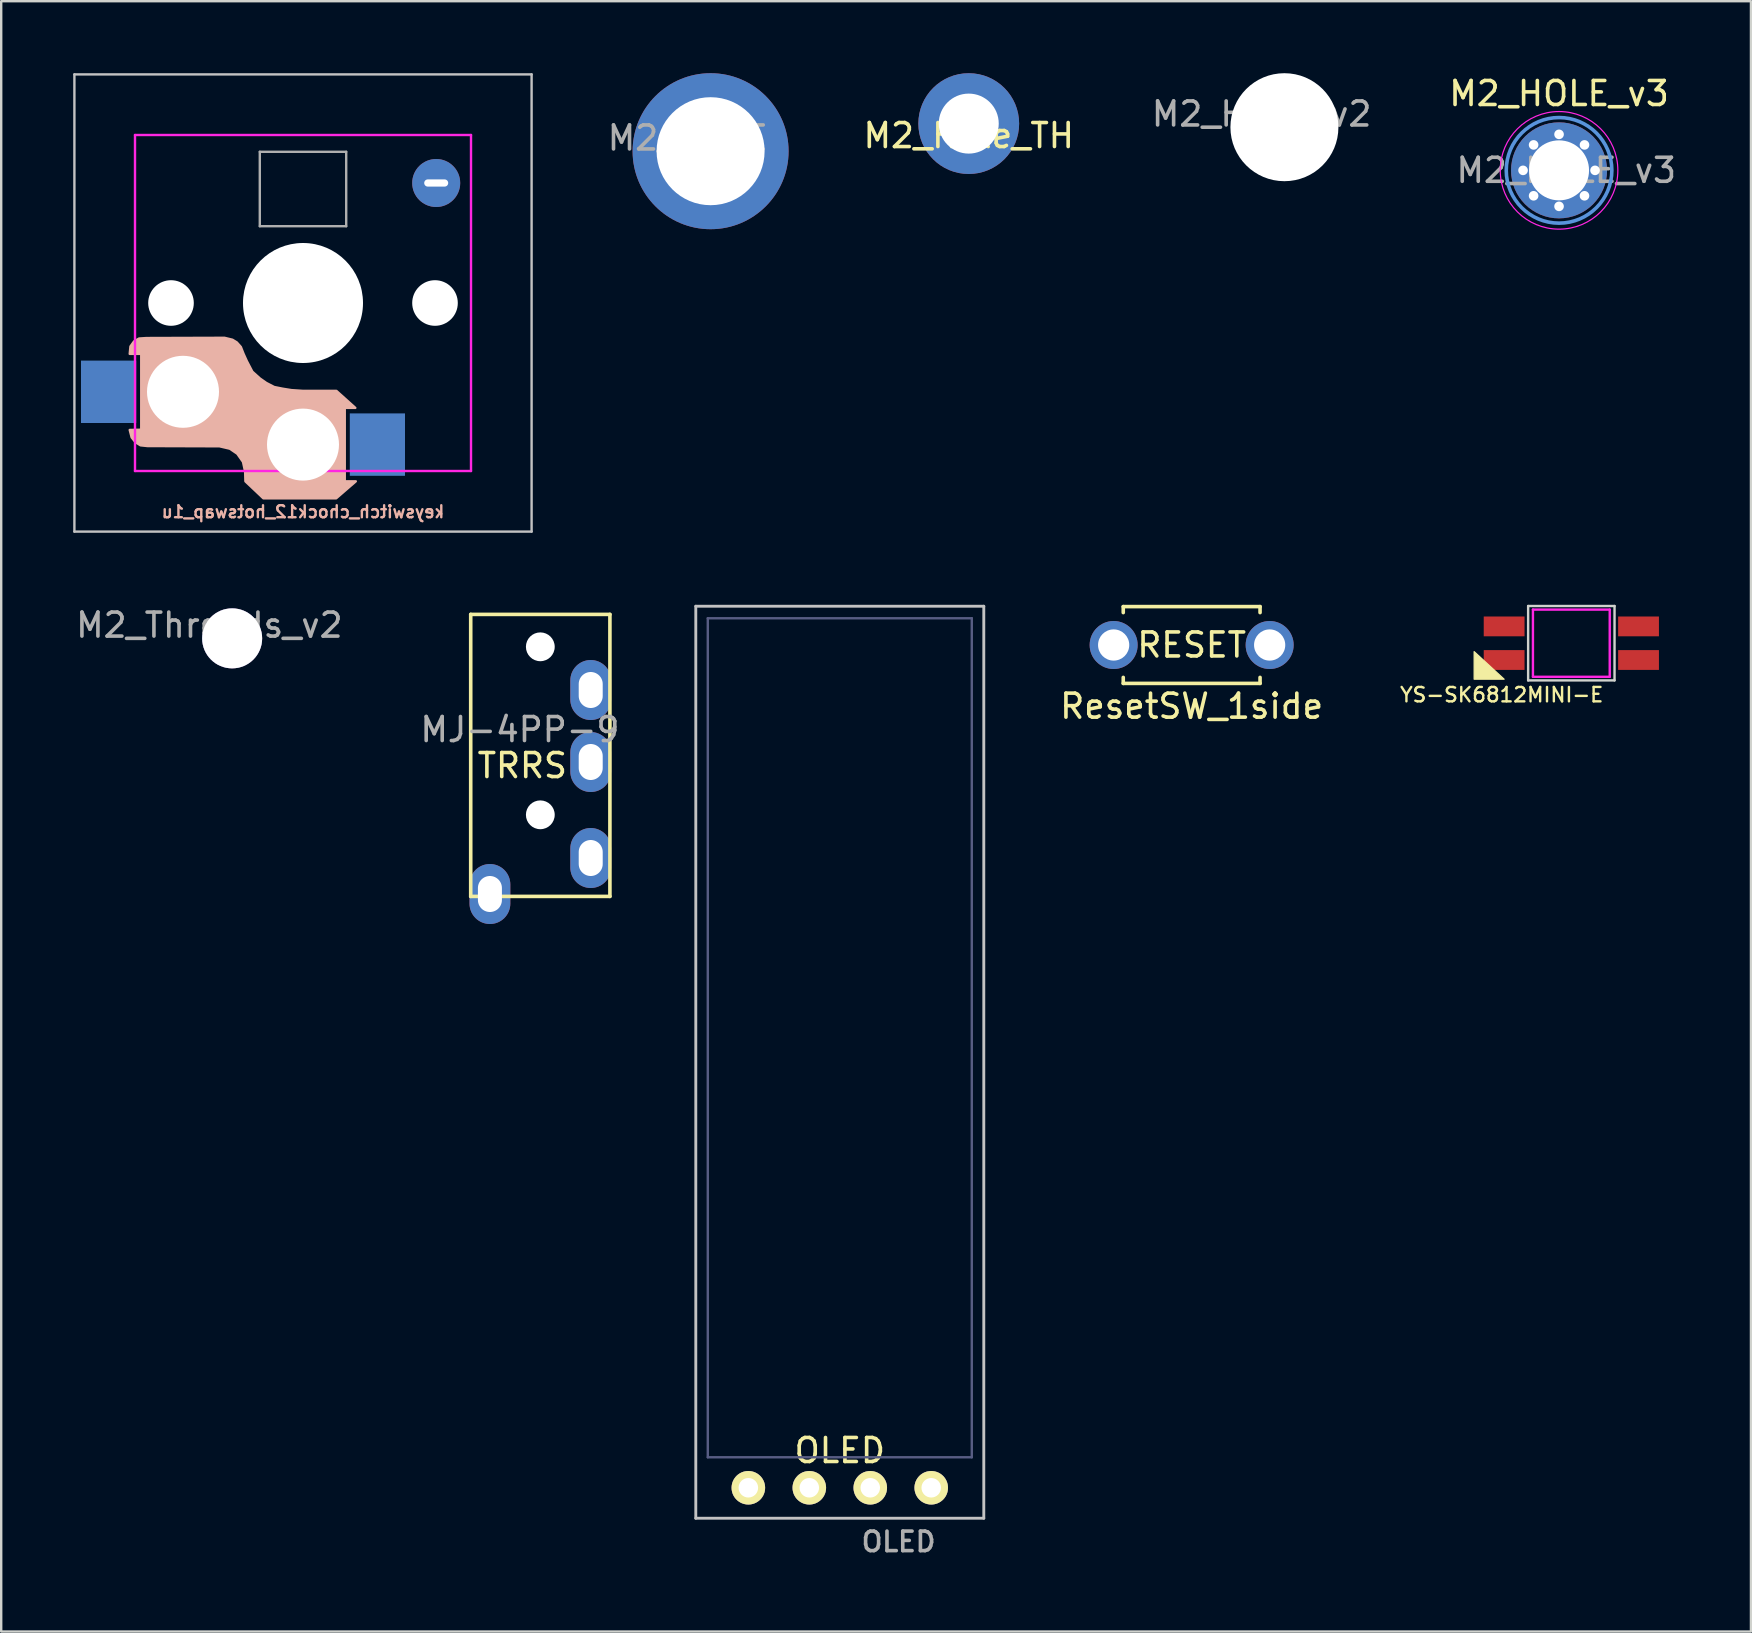
<source format=kicad_pcb>
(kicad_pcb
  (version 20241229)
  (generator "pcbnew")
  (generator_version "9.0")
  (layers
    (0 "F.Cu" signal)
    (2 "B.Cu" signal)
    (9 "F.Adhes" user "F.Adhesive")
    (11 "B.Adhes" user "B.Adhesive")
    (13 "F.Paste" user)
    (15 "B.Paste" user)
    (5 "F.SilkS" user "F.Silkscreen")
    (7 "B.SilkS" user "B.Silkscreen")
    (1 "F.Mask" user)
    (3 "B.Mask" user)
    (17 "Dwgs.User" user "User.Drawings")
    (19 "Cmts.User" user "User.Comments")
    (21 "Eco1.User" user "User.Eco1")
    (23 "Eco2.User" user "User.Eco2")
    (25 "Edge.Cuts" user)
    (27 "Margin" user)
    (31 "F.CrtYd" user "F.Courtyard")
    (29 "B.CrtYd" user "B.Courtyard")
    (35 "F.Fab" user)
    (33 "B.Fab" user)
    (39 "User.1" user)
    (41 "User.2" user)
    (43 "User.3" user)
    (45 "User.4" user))
  (footprint "M2_Threads_v2"
    (layer "F.Cu")
    (at 6.623 23.548)
    (property "Reference" "M2_Threads_v2" (at -0.95 -0.55 0) (layer "F.Fab") (effects (font (size 1 1) (thickness 0.15))))
    (attr exclude_from_pos_files exclude_from_bom)
    (pad "" thru_hole circle (at 0 0) (size 2.5 2.5) (drill 2.5) (layers "*.Cu" "*.Mask")))
  (footprint "M2_HOLE_v2"
    (layer "F.Cu")
    (at 50.467 2.25)
    (property "Reference" "M2_HOLE_v2" (at -0.95 -0.55 0) (layer "F.Fab") (effects (font (size 1 1) (thickness 0.15))))
    (attr exclude_from_pos_files exclude_from_bom)
    (pad "" np_thru_hole circle (at 0 0) (size 4.5 4.5) (drill 4.5) (layers "*.Cu" "*.Mask")))
  (footprint "M2_HOLE"
    (layer "F.Cu")
    (at 26.558 3.25)
    (property "Reference" "M2_HOLE" (at -0.95 -0.55 0) (layer "F.Fab") (effects (font (size 1 1) (thickness 0.15))))
    (attr exclude_from_pos_files exclude_from_bom)
    (pad "" thru_hole circle (at 0 0) (size 6.5 6.5) (drill 4.5) (layers "*.Cu" "*.Mask")))
  (footprint "YS-SK6812MINI-E"
    (layer "F.Cu")
    (at 62.422 23.75)
    (property "Reference" "YS-SK6812MINI-E" (at -2.9 2.15 0) (layer "F.SilkS") (effects (font (size 0.6 0.6) (thickness 0.1))))
    (attr smd)
    (fp_poly (pts (xy -4.05 0.35) (xy -4.05 1.5) (xy -2.8 1.5)) (stroke (width 0.05) (type solid)) (fill yes) (layer "F.SilkS"))
    (fp_line (start -1.8 -1.55) (end -1.8 1.55) (stroke (width 0.1) (type solid)) (layer "Edge.Cuts"))
    (fp_line (start -1.8 1.55) (end 1.8 1.55) (stroke (width 0.1) (type solid)) (layer "Edge.Cuts"))
    (fp_line (start 1.8 -1.55) (end -1.8 -1.55) (stroke (width 0.1) (type solid)) (layer "Edge.Cuts"))
    (fp_line (start 1.8 1.55) (end 1.8 -1.55) (stroke (width 0.1) (type solid)) (layer "Edge.Cuts"))
    (fp_line (start -1.6 -1.4) (end -1.6 1.4) (stroke (width 0.1) (type solid)) (layer "F.CrtYd"))
    (fp_line (start -1.6 -1.4) (end 1.6 -1.4) (stroke (width 0.1) (type solid)) (layer "F.CrtYd"))
    (fp_line (start -1.6 1.4) (end 1.6 1.4) (stroke (width 0.1) (type solid)) (layer "F.CrtYd"))
    (fp_line (start 1.6 -1.4) (end 1.6 1.4) (stroke (width 0.1) (type solid)) (layer "F.CrtYd"))
    (pad "1" smd rect (at 2.8 -0.7) (size 1.7 0.825) (layers "F.Cu" "F.Mask" "F.Paste"))
    (pad "2" smd rect (at 2.8 0.7) (size 1.7 0.825) (layers "F.Cu" "F.Mask" "F.Paste"))
    (pad "3" smd rect (at -2.8 0.7) (size 1.7 0.825) (layers "F.Cu" "F.Mask" "F.Paste"))
    (pad "4" smd rect (at -2.8 -0.7) (size 1.7 0.825) (layers "F.Cu" "F.Mask" "F.Paste")))
  (footprint "M2_Hole_TH"
    (layer "F.Cu")
    (at 37.314 2.1)
    (property "Reference" "M2_Hole_TH" (at 0 0.5 0) (layer "F.SilkS") (effects (font (size 1 1) (thickness 0.15))))
    (attr through_hole)
    (pad "" thru_hole circle (at 0 0) (size 4.2 4.2) (drill 2.5) (layers "*.Cu" "*.Mask")))
  (footprint "OLED"
    (layer "F.Cu")
    (at 31.941 58.94)
    (property "Reference" "OLED" (at 2.45 2.25 180) (layer "F.Fab") (effects (font (size 0.813 0.813) (thickness 0.15))))
    (attr through_hole)
    (fp_line (start -6 -36.73) (end 6 -36.73) (stroke (width 0.12) (type solid)) (layer "Dwgs.User"))
    (fp_line (start -6 1.27) (end -6 -36.73) (stroke (width 0.12) (type solid)) (layer "Dwgs.User"))
    (fp_line (start -6 1.27) (end 6 1.27) (stroke (width 0.12) (type solid)) (layer "Dwgs.User"))
    (fp_line (start 6 -36.73) (end 6 1.27) (stroke (width 0.12) (type solid)) (layer "Dwgs.User"))
    (fp_line (start -5.5 -36.23) (end 5.5 -36.23) (stroke (width 0.1) (type default)) (layer "B.Fab"))
    (fp_line (start -5.5 -1.27) (end -5.5 -36.23) (stroke (width 0.1) (type default)) (layer "B.Fab"))
    (fp_line (start 5.5 -1.27) (end -5.5 -1.27) (stroke (width 0.1) (type default)) (layer "B.Fab"))
    (fp_line (start 5.5 -1.27) (end 5.5 -36.23) (stroke (width 0.1) (type default)) (layer "B.Fab"))
    (fp_text user "OLED" (at 0 -1.55 0) (layer "F.SilkS") (effects (font (size 1 1) (thickness 0.15))))
    (pad "1" thru_hole circle (at -3.81 0) (size 1.397 1.397) (drill 0.813) (layers "*.Cu" "B.Mask" "F.SilkS"))
    (pad "2" thru_hole circle (at -1.27 0) (size 1.397 1.397) (drill 0.813) (layers "*.Cu" "B.Mask" "F.SilkS"))
    (pad "3" thru_hole circle (at 1.27 0) (size 1.397 1.397) (drill 0.813) (layers "*.Cu" "B.Mask" "F.SilkS"))
    (pad "4" thru_hole circle (at 3.81 0) (size 1.397 1.397) (drill 0.813) (layers "*.Cu" "B.Mask" "F.SilkS")))
  (footprint "ResetSW_1side"
    (layer "F.Cu")
    (at 46.602 23.825)
    (property "Reference" "ResetSW_1side" (at 0 2.55 0) (layer "F.SilkS") (effects (font (size 1 1) (thickness 0.15))))
    (attr through_hole)
    (fp_line (start -2.85 -1.6) (end -2.85 -1.35) (stroke (width 0.15) (type solid)) (layer "F.SilkS"))
    (fp_line (start -2.85 -1.6) (end 2.85 -1.6) (stroke (width 0.15) (type solid)) (layer "F.SilkS"))
    (fp_line (start -2.85 1.6) (end -2.85 1.35) (stroke (width 0.15) (type solid)) (layer "F.SilkS"))
    (fp_line (start -2.85 1.6) (end 2.85 1.6) (stroke (width 0.15) (type solid)) (layer "F.SilkS"))
    (fp_line (start 2.85 -1.6) (end 2.85 -1.35) (stroke (width 0.15) (type solid)) (layer "F.SilkS"))
    (fp_line (start 2.85 1.6) (end 2.85 1.35) (stroke (width 0.15) (type solid)) (layer "F.SilkS"))
    (fp_text user "RESET" (at 0 0 0) (layer "F.SilkS") (effects (font (size 1 1) (thickness 0.15))))
    (pad "1" thru_hole circle (at 3.25 0) (size 2 2) (drill 1.3) (layers "*.Cu" "B.Mask"))
    (pad "2" thru_hole circle (at -3.25 0) (size 2 2) (drill 1.3) (layers "*.Cu" "B.Mask")))
  (footprint "MJ-4PP-9"
    (layer "F.Cu")
    (at 19.463 22.4)
    (property "Reference" "MJ-4PP-9" (at -0.85 4.95 0) (layer "F.Fab") (effects (font (size 1 1) (thickness 0.15))))
    (attr through_hole)
    (fp_line (start -2.9 0.15) (end 2.9 0.15) (stroke (width 0.15) (type solid)) (layer "F.SilkS"))
    (fp_line (start -2.9 11.9) (end -2.9 0.15) (stroke (width 0.15) (type solid)) (layer "F.SilkS"))
    (fp_line (start 2.9 0.15) (end 2.9 11.9) (stroke (width 0.15) (type solid)) (layer "F.SilkS"))
    (fp_line (start 2.9 11.9) (end -2.9 11.9) (stroke (width 0.15) (type solid)) (layer "F.SilkS"))
    (fp_text user "TRRS" (at -0.75 6.45 0) (layer "F.SilkS") (effects (font (size 1 1) (thickness 0.15))))
    (pad "" np_thru_hole circle (at 0 1.5) (size 1.2 1.2) (drill 1.2) (layers "*.Cu" "*.Mask"))
    (pad "" np_thru_hole circle (at 0 8.5) (size 1.2 1.2) (drill 1.2) (layers "*.Cu" "*.Mask"))
    (pad "A" thru_hole oval (at -2.1 11.8) (size 1.7 2.5) (drill oval 1 1.5) (layers "*.Cu" "B.Mask"))
    (pad "B" thru_hole oval (at 2.1 3.3) (size 1.7 2.5) (drill oval 1 1.5) (layers "*.Cu" "B.Mask"))
    (pad "C" thru_hole oval (at 2.1 6.3) (size 1.7 2.5) (drill oval 1 1.5) (layers "*.Cu" "B.Mask"))
    (pad "D" thru_hole oval (at 2.1 10.3) (size 1.7 2.5) (drill oval 1 1.5) (layers "*.Cu" "B.Mask")))
  (footprint "M2_HOLE_v3"
    (layer "F.Cu")
    (at 61.91 4.048)
    (property "Reference" "M2_HOLE_v3" (at 0 -3.2 0) (layer "F.SilkS") (effects (font (size 1 1) (thickness 0.15))))
    (attr exclude_from_pos_files exclude_from_bom)
    (fp_circle (center 0 0) (end 2.2 0) (stroke (width 0.15) (type solid)) (fill no) (layer "Cmts.User"))
    (fp_circle (center 0 0) (end 2.45 0) (stroke (width 0.05) (type solid)) (fill no) (layer "F.CrtYd"))
    (fp_text user "${REFERENCE}" (at 0.3 0 0) (layer "F.Fab") (effects (font (size 1 1) (thickness 0.15))))
    (pad "1" thru_hole circle (at -1.5 0) (size 0.5 0.5) (drill 0.4) (layers "*.Cu" "*.Mask"))
    (pad "1" thru_hole circle (at -1.06 -1.06) (size 0.5 0.5) (drill 0.4) (layers "*.Cu" "*.Mask"))
    (pad "1" thru_hole circle (at -1.06 1.06) (size 0.5 0.5) (drill 0.4) (layers "*.Cu" "*.Mask"))
    (pad "1" thru_hole circle (at 0 -1.5) (size 0.5 0.5) (drill 0.4) (layers "*.Cu" "*.Mask"))
    (pad "1" thru_hole circle (at 0 0) (size 4 4) (drill 2.5) (layers "*.Cu" "*.Mask"))
    (pad "1" thru_hole circle (at 0 1.5) (size 0.5 0.5) (drill 0.4) (layers "*.Cu" "*.Mask"))
    (pad "1" thru_hole circle (at 1.06 -1.06) (size 0.5 0.5) (drill 0.4) (layers "*.Cu" "*.Mask"))
    (pad "1" thru_hole circle (at 1.06 1.06) (size 0.5 0.5) (drill 0.4) (layers "*.Cu" "*.Mask"))
    (pad "1" thru_hole circle (at 1.5 0) (size 0.5 0.5) (drill 0.4) (layers "*.Cu" "*.Mask")))
  (footprint "keyswitch_chock12_hotswap_1u"
    (layer "F.Cu")
    (at 9.575 9.575)
    (property "Reference" "keyswitch_chock12_hotswap_1u" (at 0 8.7 0) (layer "B.SilkS") (effects (font (size 0.5 0.5) (thickness 0.1) (bold yes)) (justify mirror)))
    (attr smd)
    (fp_poly (pts (xy -1.8 3.14) (xy -2.11 2.86) (xy -2.34 2.42) (xy -2.48 2.11) (xy -2.59 1.83) (xy -2.76 1.64) (xy -2.94 1.53) (xy -3.27 1.45) (xy -6.52 1.46) (xy -6.83 1.48) (xy -7.04 1.6) (xy -7.19 1.81) (xy -7.22 2.12) (xy -6.74 2.12) (xy -6.74 5.28) (xy -7.22 5.29) (xy -7.14 5.6) (xy -6.98 5.8) (xy -6.77 5.93) (xy -6.48 5.96) (xy -3.48 5.97) (xy -3.05 6.07) (xy -2.74 6.28) (xy -2.5 6.62) (xy -2.41 7.04) (xy -2.4 7.43) (xy -1.65 8.14) (xy 1.38 8.14) (xy 2.2 7.43) (xy 1.74 7.43) (xy 1.74 4.37) (xy 2.18 4.37) (xy 1.39 3.66) (xy -0.02 3.66) (xy -0.48 3.63) (xy -0.85 3.57) (xy -1.2 3.5) (xy -1.53 3.33)) (stroke (width 0.1) (type solid)) (fill yes) (layer "B.SilkS"))
    (fp_line (start -9.525 -9.525) (end 9.525 -9.525) (stroke (width 0.1) (type solid)) (layer "Dwgs.User"))
    (fp_line (start -9.525 9.525) (end -9.525 -9.525) (stroke (width 0.1) (type solid)) (layer "Dwgs.User"))
    (fp_line (start 9.525 -9.525) (end 9.525 9.525) (stroke (width 0.1) (type solid)) (layer "Dwgs.User"))
    (fp_line (start 9.525 9.525) (end -9.525 9.525) (stroke (width 0.1) (type solid)) (layer "Dwgs.User"))
    (fp_line (start -7 -7) (end 7 -7) (stroke (width 0.1) (type solid)) (layer "F.CrtYd"))
    (fp_line (start -7 7) (end -7 -7) (stroke (width 0.1) (type solid)) (layer "F.CrtYd"))
    (fp_line (start 7 -7) (end 7 7) (stroke (width 0.1) (type solid)) (layer "F.CrtYd"))
    (fp_line (start 7 7) (end -7 7) (stroke (width 0.1) (type solid)) (layer "F.CrtYd"))
    (fp_line (start -1.8 -3.2) (end -1.8 -6.3) (stroke (width 0.1) (type default)) (layer "F.Fab"))
    (fp_line (start 1.8 -6.3) (end -1.8 -6.3) (stroke (width 0.1) (type default)) (layer "F.Fab"))
    (fp_line (start 1.8 -3.2) (end -1.8 -3.2) (stroke (width 0.1) (type default)) (layer "F.Fab"))
    (fp_line (start 1.8 -3.2) (end 1.8 -6.3) (stroke (width 0.1) (type default)) (layer "F.Fab"))
    (pad "" np_thru_hole circle (at -5.5 0 90) (size 1.9 1.9) (drill 1.9) (layers "*.Cu" "*.Mask"))
    (pad "" np_thru_hole circle (at -5 3.7 90) (size 3 3) (drill 3) (layers "*.Cu" "*.Mask"))
    (pad "" np_thru_hole circle (at 0 0 90) (size 5 5) (drill 5) (layers "*.Cu" "*.Mask"))
    (pad "" np_thru_hole circle (at 0 5.9 90) (size 3 3) (drill 3) (layers "*.Cu" "*.Mask"))
    (pad "" np_thru_hole circle (at 5.5 0 90) (size 1.9 1.9) (drill 1.9) (layers "*.Cu" "*.Mask"))
    (pad "" thru_hole oval (at 5.55 -5 180) (size 2 2) (drill oval 1 0.3) (layers "*.Cu" "B.Mask"))
    (pad "1" smd rect (at -8.1 3.7 180) (size 2.3 2.6) (layers "B.Cu" "B.Mask" "B.Paste"))
    (pad "2" smd rect (at 3.1 5.9 180) (size 2.3 2.6) (layers "B.Cu" "B.Mask" "B.Paste")))
  (gr_rect
    (start -3 -3)
    (end 69.906 64.929)
    (stroke (width 0.1) (type default))
    (fill no)
    (layer "Edge.Cuts")))
</source>
